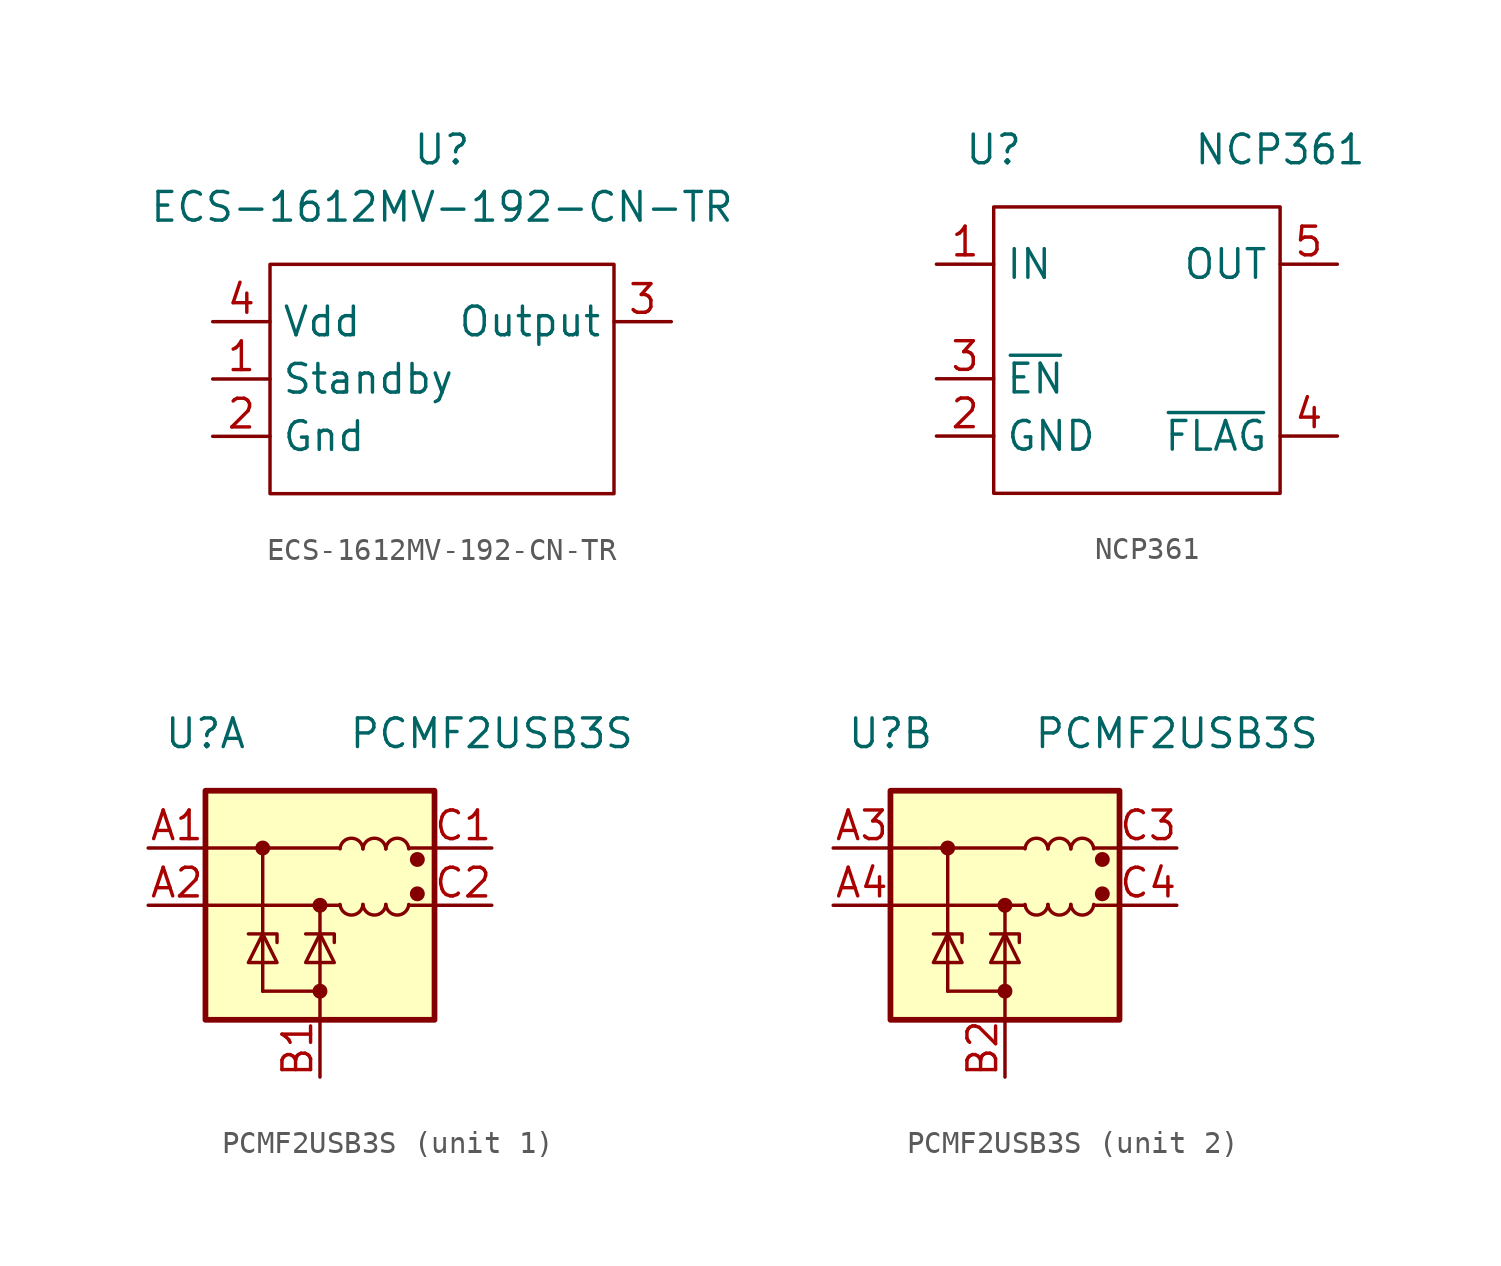
<source format=kicad_sym>
(kicad_symbol_lib
  (version 20211014)
  (generator kicad_symbol_editor)
  (symbol "ECS-1612MV-192-CN-TR"
    (property "Reference" "U"
      (at 0 7.62 0)
      (effects (font (size 1.27 1.27))))
    (property "Value" "ECS-1612MV-192-CN-TR"
      (at 0 5.08 0)
      (effects (font (size 1.27 1.27))))
    (symbol "ECS-1612MV-192-CN-TR_0_1"
      (rectangle (start -7.62 2.54) (end 7.62 -7.62) (stroke (width 0) (type default) (color 0 0 0 0)) (fill (type none))))
    (symbol "ECS-1612MV-192-CN-TR_1_1"
      (pin input line (at -10.16 -2.54 0) (length 2.54) (name "Standby" (effects (font (size 1.27 1.27)))) (number "1" (effects (font (size 1.27 1.27)))))
      (pin power_in line (at -10.16 -5.08 0) (length 2.54) (name "Gnd" (effects (font (size 1.27 1.27)))) (number "2" (effects (font (size 1.27 1.27)))))
      (pin output line (at 10.16 0 180) (length 2.54) (name "Output" (effects (font (size 1.27 1.27)))) (number "3" (effects (font (size 1.27 1.27)))))
      (pin power_in line (at -10.16 0 0) (length 2.54) (name "Vdd" (effects (font (size 1.27 1.27)))) (number "4" (effects (font (size 1.27 1.27)))))))
  (symbol "NCP361"
    (property "Reference" "U"
      (at -5.08 5.08 0)
      (effects (font (size 1.27 1.27))))
    (property "Value" "NCP361"
      (at 7.62 5.08 0)
      (effects (font (size 1.27 1.27))))
    (symbol "NCP361_0_1"
      (rectangle (start -5.08 2.54) (end 7.62 -10.16) (stroke (width 0) (type default) (color 0 0 0 0)) (fill (type none))))
    (symbol "NCP361_1_1"
      (pin power_in line (at -7.62 0 0) (length 2.54) (name "IN" (effects (font (size 1.27 1.27)))) (number "1" (effects (font (size 1.27 1.27)))))
      (pin power_in line (at -7.62 -7.62 0) (length 2.54) (name "GND" (effects (font (size 1.27 1.27)))) (number "2" (effects (font (size 1.27 1.27)))))
      (pin input line (at -7.62 -5.08 0) (length 2.54) (name "~{EN}" (effects (font (size 1.27 1.27)))) (number "3" (effects (font (size 1.27 1.27)))))
      (pin open_collector line (at 10.16 -7.62 180) (length 2.54) (name "~{FLAG}" (effects (font (size 1.27 1.27)))) (number "4" (effects (font (size 1.27 1.27)))))
      (pin power_out line (at 10.16 0 180) (length 2.54) (name "OUT" (effects (font (size 1.27 1.27)))) (number "5" (effects (font (size 1.27 1.27)))))))
  (symbol "PCMF2USB3S"
    (pin_names hide)
    (property "Reference" "U"
      (at -5.08 7.62 0)
      (effects (font (size 1.27 1.27))))
    (property "Value" "PCMF2USB3S"
      (at 7.62 7.62 0)
      (effects (font (size 1.27 1.27))))
    (symbol "PCMF2USB3S_0_1"
      (rectangle (start -5.08 5.08) (end 5.08 -5.08) (stroke (width 0.254) (type default) (color 0 0 0 0)) (fill (type background)))
      (polyline (pts (xy -5.08 0) (xy 0.889 0)) (stroke (width 0) (type default) (color 0 0 0 0)) (fill (type none)))
      (polyline (pts (xy -5.08 2.54) (xy 0.889 2.54)) (stroke (width 0) (type default) (color 0 0 0 0)) (fill (type none)))
      (polyline (pts (xy -2.54 2.54) (xy -2.54 -3.81)) (stroke (width 0) (type default) (color 0 0 0 0)) (fill (type none)))
      (polyline (pts (xy 0 0) (xy 0 -5.08)) (stroke (width 0) (type default) (color 0 0 0 0)) (fill (type none)))
      (polyline (pts (xy 5.08 0) (xy 3.937 0)) (stroke (width 0) (type default) (color 0 0 0 0)) (fill (type none)))
      (polyline (pts (xy 5.08 2.54) (xy 3.937 2.54)) (stroke (width 0) (type default) (color 0 0 0 0)) (fill (type none)))
      (arc (start 0.889 0.0377) (mid 1.397 -0.5094) (end 1.905 0.0377) (stroke (width 0) (type default) (color 0 0 0 0)) (fill (type none)))
      (arc (start 1.905 0.0377) (mid 2.413 -0.5094) (end 2.921 0.0377) (stroke (width 0) (type default) (color 0 0 0 0)) (fill (type none)))
      (arc (start 1.905 2.5023) (mid 1.397 3.0494) (end 0.889 2.5023) (stroke (width 0) (type default) (color 0 0 0 0)) (fill (type none)))
      (arc (start 2.921 0.0377) (mid 3.429 -0.5094) (end 3.937 0.0377) (stroke (width 0) (type default) (color 0 0 0 0)) (fill (type none)))
      (arc (start 2.921 2.5023) (mid 2.413 3.0494) (end 1.905 2.5023) (stroke (width 0) (type default) (color 0 0 0 0)) (fill (type none)))
      (arc (start 3.937 2.5023) (mid 3.429 3.0494) (end 2.921 2.5023) (stroke (width 0) (type default) (color 0 0 0 0)) (fill (type none))))
    (symbol "PCMF2USB3S_1_1"
      (circle (center -2.54 2.54) (radius 0.254) (stroke (width 0) (type default) (color 0 0 0 0)) (fill (type outline)))
      (circle (center 0 -3.81) (radius 0.254) (stroke (width 0) (type default) (color 0 0 0 0)) (fill (type outline)))
      (polyline (pts (xy 0 -3.81) (xy -2.54 -3.81)) (stroke (width 0) (type default) (color 0 0 0 0)) (fill (type none)))
      (polyline (pts (xy -1.905 -1.651) (xy -1.905 -1.27) (xy -3.175 -1.27)) (stroke (width 0) (type default) (color 0 0 0 0)) (fill (type none)))
      (polyline (pts (xy 0.635 -1.651) (xy 0.635 -1.27) (xy -0.635 -1.27)) (stroke (width 0) (type default) (color 0 0 0 0)) (fill (type none)))
      (polyline (pts (xy -3.175 -2.54) (xy -1.905 -2.54) (xy -2.54 -1.27) (xy -3.175 -2.54)) (stroke (width 0) (type default) (color 0 0 0 0)) (fill (type none)))
      (polyline (pts (xy -0.635 -2.54) (xy 0.635 -2.54) (xy 0 -1.27) (xy -0.635 -2.54)) (stroke (width 0) (type default) (color 0 0 0 0)) (fill (type none)))
      (circle (center 0 0) (radius 0.254) (stroke (width 0) (type default) (color 0 0 0 0)) (fill (type outline)))
      (circle (center 4.318 0.508) (radius 0.254) (stroke (width 0) (type default) (color 0 0 0 0)) (fill (type outline)))
      (circle (center 4.318 2.032) (radius 0.254) (stroke (width 0) (type default) (color 0 0 0 0)) (fill (type outline)))
      (pin passive line (at -7.62 2.54 0) (length 2.54) (name "CH2_IN+" (effects (font (size 1.27 1.27)))) (number "A1" (effects (font (size 1.27 1.27)))))
      (pin passive line (at -7.62 0 0) (length 2.54) (name "CH2_IN-" (effects (font (size 1.27 1.27)))) (number "A2" (effects (font (size 1.27 1.27)))))
      (pin power_in line (at 0 -7.62 90) (length 2.54) (name "GND_CH2" (effects (font (size 1.27 1.27)))) (number "B1" (effects (font (size 1.27 1.27)))))
      (pin passive line (at 7.62 2.54 180) (length 2.54) (name "CH2_OUT+" (effects (font (size 1.27 1.27)))) (number "C1" (effects (font (size 1.27 1.27)))))
      (pin passive line (at 7.62 0 180) (length 2.54) (name "CH2_OUT-" (effects (font (size 1.27 1.27)))) (number "C2" (effects (font (size 1.27 1.27))))))
    (symbol "PCMF2USB3S_2_1"
      (circle (center -2.54 2.54) (radius 0.254) (stroke (width 0) (type default) (color 0 0 0 0)) (fill (type outline)))
      (circle (center 0 -3.81) (radius 0.254) (stroke (width 0) (type default) (color 0 0 0 0)) (fill (type outline)))
      (polyline (pts (xy 0 -3.81) (xy -2.54 -3.81)) (stroke (width 0) (type default) (color 0 0 0 0)) (fill (type none)))
      (polyline (pts (xy -1.905 -1.651) (xy -1.905 -1.27) (xy -3.175 -1.27)) (stroke (width 0) (type default) (color 0 0 0 0)) (fill (type none)))
      (polyline (pts (xy 0.635 -1.651) (xy 0.635 -1.27) (xy -0.635 -1.27)) (stroke (width 0) (type default) (color 0 0 0 0)) (fill (type none)))
      (polyline (pts (xy -3.175 -2.54) (xy -1.905 -2.54) (xy -2.54 -1.27) (xy -3.175 -2.54)) (stroke (width 0) (type default) (color 0 0 0 0)) (fill (type none)))
      (polyline (pts (xy -0.635 -2.54) (xy 0.635 -2.54) (xy 0 -1.27) (xy -0.635 -2.54)) (stroke (width 0) (type default) (color 0 0 0 0)) (fill (type none)))
      (circle (center 0 0) (radius 0.254) (stroke (width 0) (type default) (color 0 0 0 0)) (fill (type outline)))
      (circle (center 4.318 0.508) (radius 0.254) (stroke (width 0) (type default) (color 0 0 0 0)) (fill (type outline)))
      (circle (center 4.318 2.032) (radius 0.254) (stroke (width 0) (type default) (color 0 0 0 0)) (fill (type outline)))
      (pin passive line (at -7.62 2.54 0) (length 2.54) (name "CH2_IN+" (effects (font (size 1.27 1.27)))) (number "A3" (effects (font (size 1.27 1.27)))))
      (pin passive line (at -7.62 0 0) (length 2.54) (name "CH2_IN-" (effects (font (size 1.27 1.27)))) (number "A4" (effects (font (size 1.27 1.27)))))
      (pin power_in line (at 0 -7.62 90) (length 2.54) (name "GND_CH2" (effects (font (size 1.27 1.27)))) (number "B2" (effects (font (size 1.27 1.27)))))
      (pin passive line (at 7.62 2.54 180) (length 2.54) (name "CH2_OUT+" (effects (font (size 1.27 1.27)))) (number "C3" (effects (font (size 1.27 1.27)))))
      (pin passive line (at 7.62 0 180) (length 2.54) (name "CH2_OUT-" (effects (font (size 1.27 1.27)))) (number "C4" (effects (font (size 1.27 1.27))))))))
</source>
